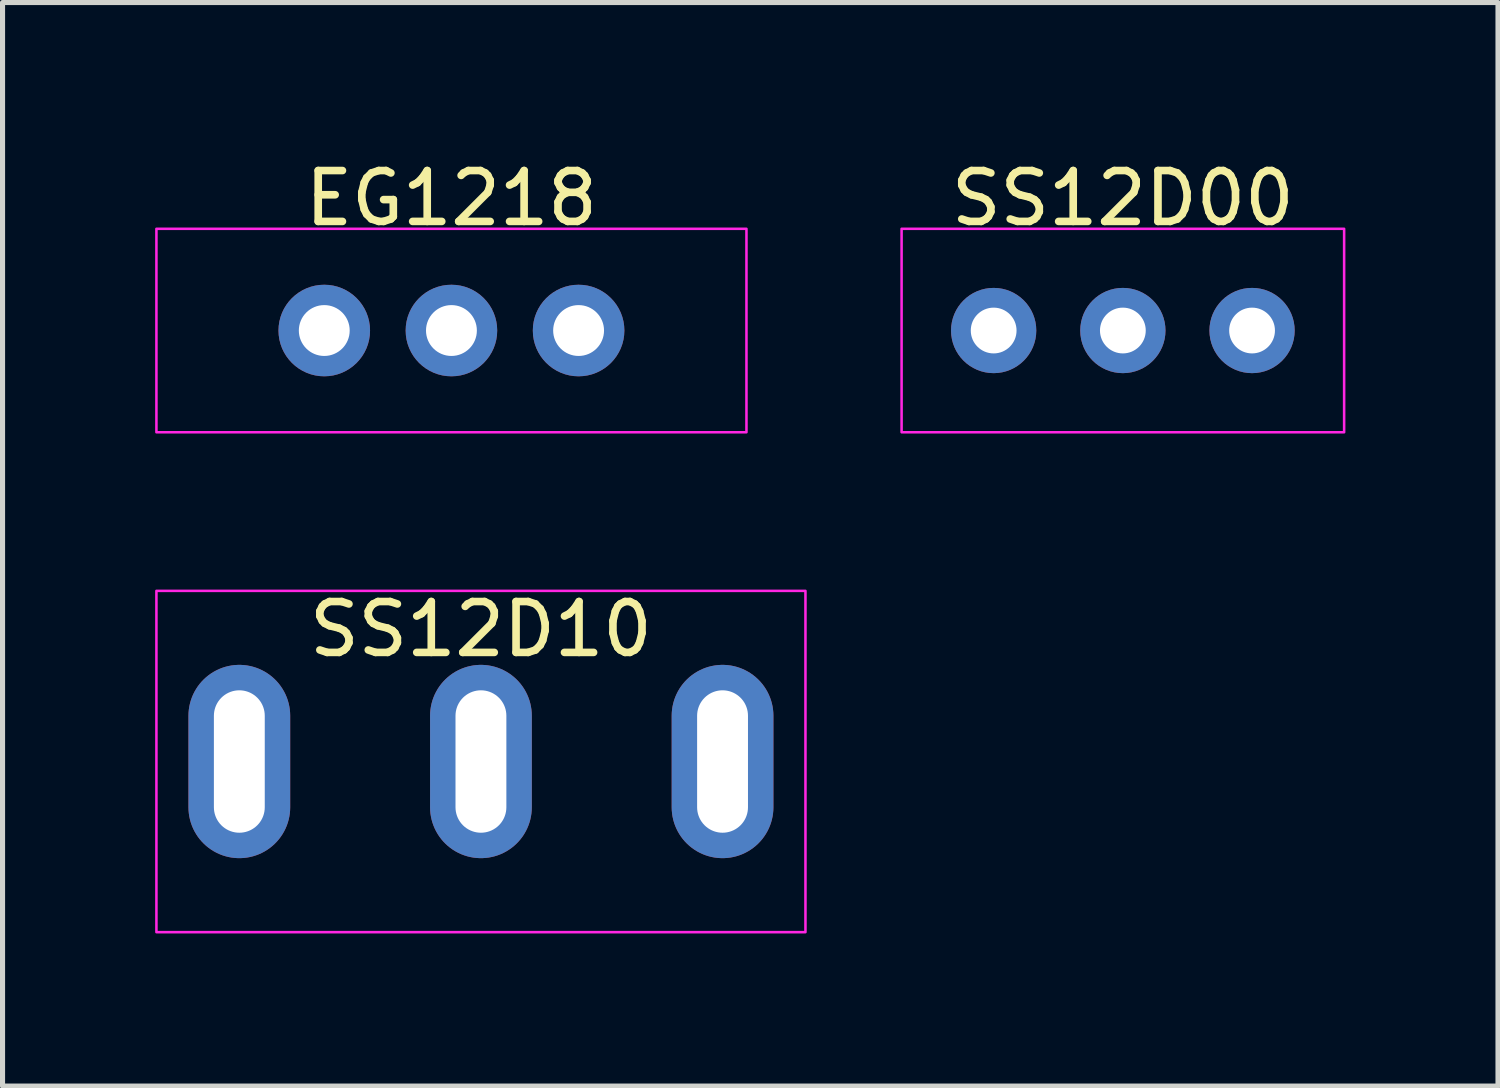
<source format=kicad_pcb>
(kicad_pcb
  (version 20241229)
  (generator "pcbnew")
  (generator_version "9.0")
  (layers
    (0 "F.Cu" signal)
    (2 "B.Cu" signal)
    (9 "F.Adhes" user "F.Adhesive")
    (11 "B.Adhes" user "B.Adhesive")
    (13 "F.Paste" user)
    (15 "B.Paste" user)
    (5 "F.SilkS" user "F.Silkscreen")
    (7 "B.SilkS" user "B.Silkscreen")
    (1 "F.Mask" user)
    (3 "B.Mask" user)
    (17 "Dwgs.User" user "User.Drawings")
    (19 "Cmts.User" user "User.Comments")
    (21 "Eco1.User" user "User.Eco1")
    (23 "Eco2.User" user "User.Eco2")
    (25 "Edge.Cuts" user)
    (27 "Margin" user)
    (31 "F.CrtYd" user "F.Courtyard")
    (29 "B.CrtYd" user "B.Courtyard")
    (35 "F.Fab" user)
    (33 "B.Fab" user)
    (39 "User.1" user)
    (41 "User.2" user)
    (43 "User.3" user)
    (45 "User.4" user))
  (footprint "SS12D00"
    (layer "F.Cu")
    (at 19.025 3.448)
    (property "Reference" "SS12D00" (at 0 -2.6 0) (layer "F.SilkS") (effects (font (size 1 1) (thickness 0.15))))
    (attr through_hole)
    (fp_rect (start -4.35 -2) (end 4.35 2) (stroke (width 0.05) (type solid)) (fill no) (layer "F.CrtYd"))
    (pad "1" thru_hole circle (at -2.54 0) (size 1.676 1.676) (drill 0.9) (layers "*.Cu" "*.Mask"))
    (pad "2" thru_hole circle (at 0 0) (size 1.676 1.676) (drill 0.9) (layers "*.Cu" "*.Mask"))
    (pad "3" thru_hole circle (at 2.54 0) (size 1.676 1.676) (drill 0.9) (layers "*.Cu" "*.Mask")))
  (footprint "EG1218"
    (layer "F.Cu")
    (at 5.825 3.448)
    (property "Reference" "EG1218" (at 0 -2.6 0) (layer "F.SilkS") (effects (font (size 1 1) (thickness 0.15))))
    (attr through_hole)
    (fp_rect (start -5.8 -2) (end 5.8 2) (stroke (width 0.05) (type solid)) (fill no) (layer "F.CrtYd"))
    (pad "1" thru_hole circle (at -2.5 0) (size 1.8 1.8) (drill 1) (layers "*.Cu" "*.Mask"))
    (pad "2" thru_hole circle (at 0 0) (size 1.8 1.8) (drill 1) (layers "*.Cu" "*.Mask"))
    (pad "3" thru_hole circle (at 2.5 0) (size 1.8 1.8) (drill 1) (layers "*.Cu" "*.Mask")))
  (footprint "SS12D10"
    (layer "F.Cu")
    (at 6.405 11.921)
    (property "Reference" "SS12D10" (at 0 -2.6 0) (layer "F.SilkS") (effects (font (size 1 1) (thickness 0.15))))
    (attr through_hole)
    (fp_rect (start -6.38 -3.355) (end 6.38 3.355) (stroke (width 0.05) (type solid)) (fill no) (layer "F.CrtYd"))
    (pad "1" thru_hole oval (at -4.75 0) (size 2 3.8) (drill oval 1 2.8) (layers "*.Cu" "*.Mask"))
    (pad "2" thru_hole oval (at 0 0) (size 2 3.8) (drill oval 1 2.8) (layers "*.Cu" "*.Mask"))
    (pad "3" thru_hole oval (at 4.75 0) (size 2 3.8) (drill oval 1 2.8) (layers "*.Cu" "*.Mask")))
  (gr_rect
    (start -3 -3)
    (end 26.4 18.302)
    (stroke (width 0.1) (type default))
    (fill no)
    (layer "Edge.Cuts")))
</source>
